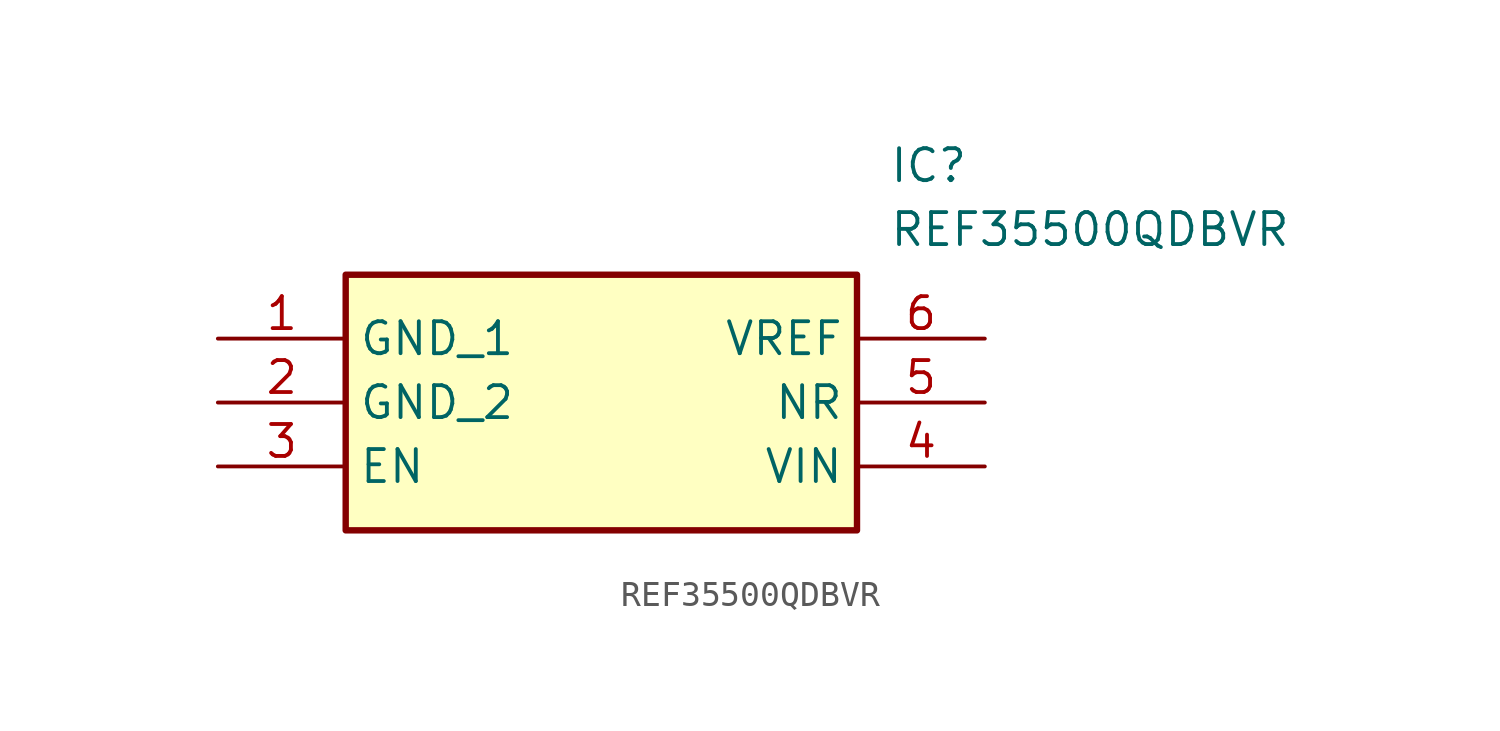
<source format=kicad_sym>
(kicad_symbol_lib
  (version 20211014)
  (generator SamacSys_ECAD_Model)
  (symbol "REF35500QDBVR"
    (property "Reference" "IC"
      (at 26.67 7.62 0)
      (effects (font (size 1.27 1.27)) (justify left top)))
    (property "Value" "REF35500QDBVR"
      (at 26.67 5.08 0)
      (effects (font (size 1.27 1.27)) (justify left top)))
    (rectangle
      (start 5.08 2.54)
      (end 25.4 -7.62)
      (stroke (width 0.254) (type default))
      (fill (type background)))
    (pin passive line
      (at 0 0 0)
      (length 5.08)
      (name "GND_1" (effects (font (size 1.27 1.27))))
      (number "1" (effects (font (size 1.27 1.27)))))
    (pin passive line
      (at 0 -2.54 0)
      (length 5.08)
      (name "GND_2" (effects (font (size 1.27 1.27))))
      (number "2" (effects (font (size 1.27 1.27)))))
    (pin passive line
      (at 0 -5.08 0)
      (length 5.08)
      (name "EN" (effects (font (size 1.27 1.27))))
      (number "3" (effects (font (size 1.27 1.27)))))
    (pin passive line
      (at 30.48 0 180)
      (length 5.08)
      (name "VREF" (effects (font (size 1.27 1.27))))
      (number "6" (effects (font (size 1.27 1.27)))))
    (pin passive line
      (at 30.48 -2.54 180)
      (length 5.08)
      (name "NR" (effects (font (size 1.27 1.27))))
      (number "5" (effects (font (size 1.27 1.27)))))
    (pin passive line
      (at 30.48 -5.08 180)
      (length 5.08)
      (name "VIN" (effects (font (size 1.27 1.27))))
      (number "4" (effects (font (size 1.27 1.27)))))))
</source>
